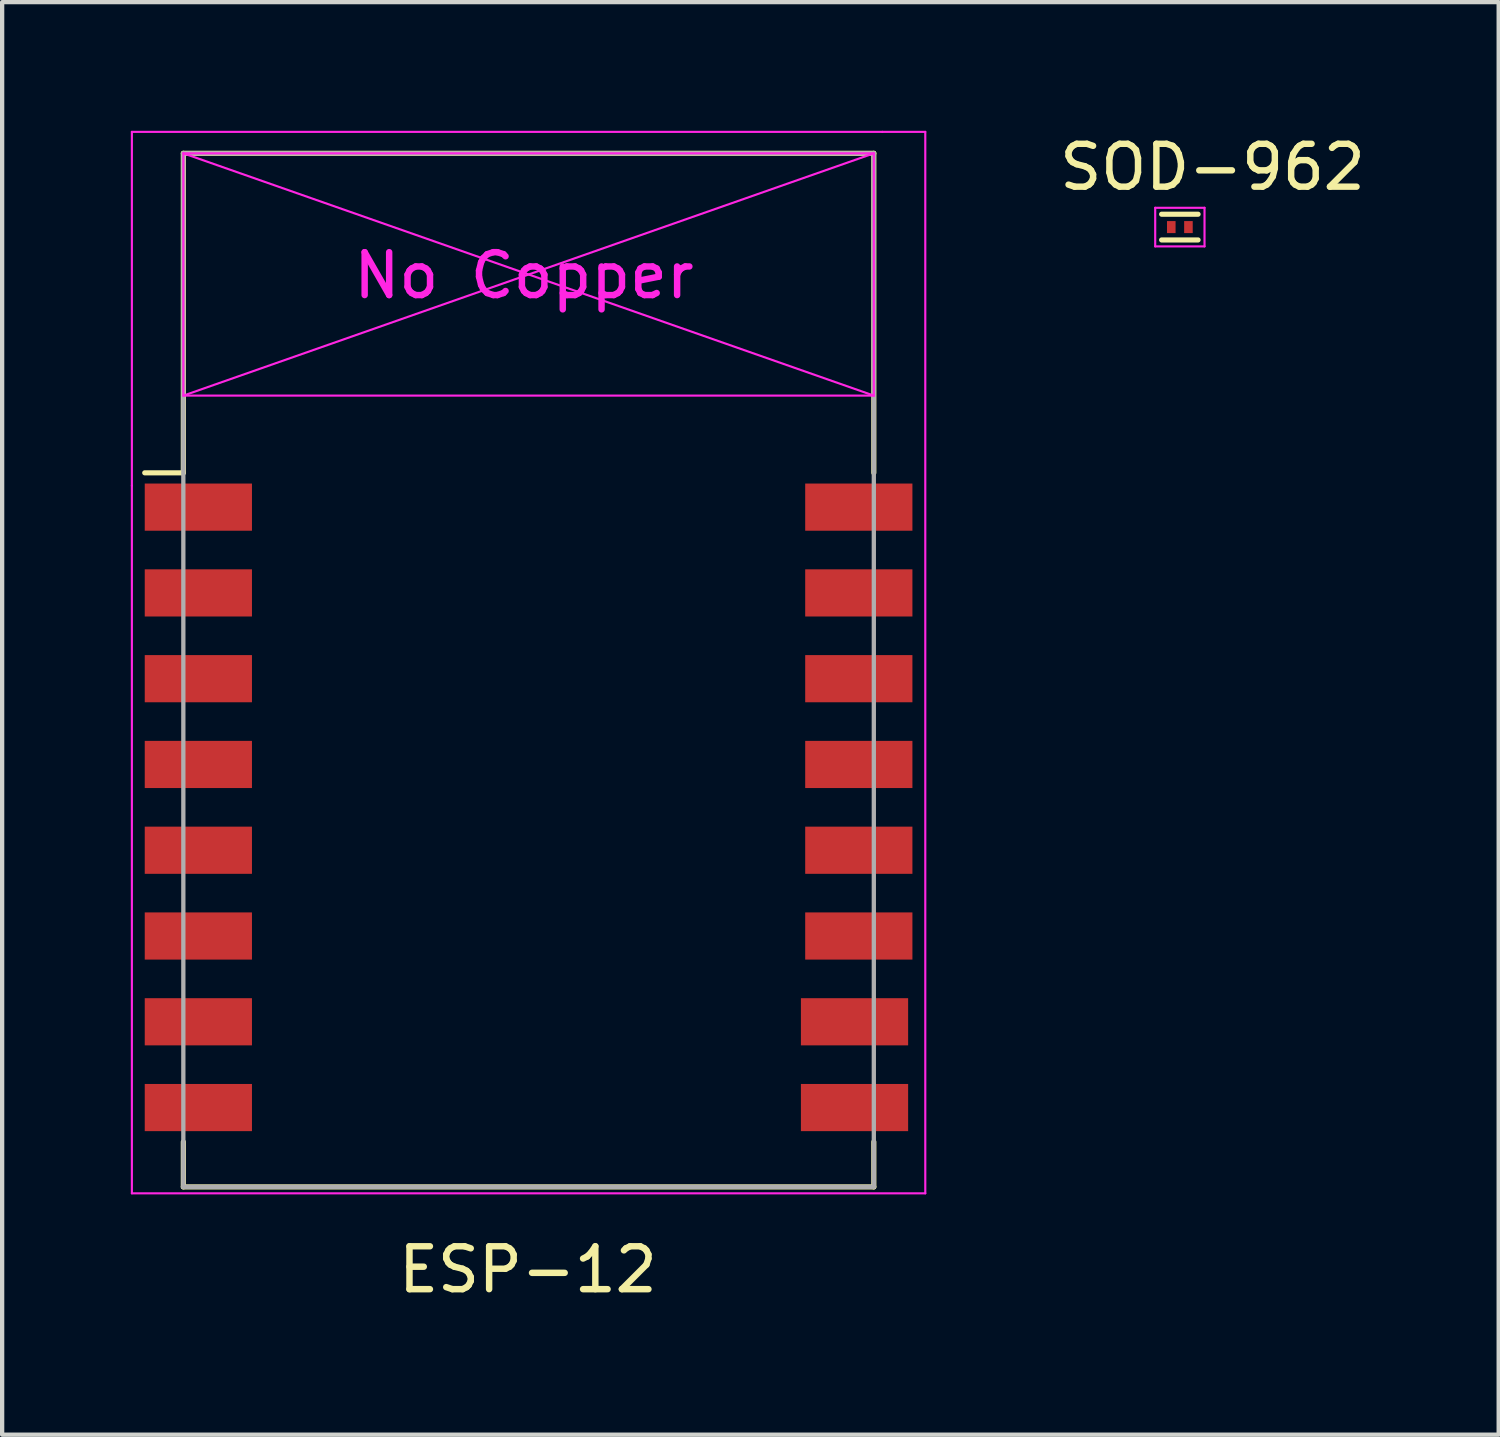
<source format=kicad_pcb>
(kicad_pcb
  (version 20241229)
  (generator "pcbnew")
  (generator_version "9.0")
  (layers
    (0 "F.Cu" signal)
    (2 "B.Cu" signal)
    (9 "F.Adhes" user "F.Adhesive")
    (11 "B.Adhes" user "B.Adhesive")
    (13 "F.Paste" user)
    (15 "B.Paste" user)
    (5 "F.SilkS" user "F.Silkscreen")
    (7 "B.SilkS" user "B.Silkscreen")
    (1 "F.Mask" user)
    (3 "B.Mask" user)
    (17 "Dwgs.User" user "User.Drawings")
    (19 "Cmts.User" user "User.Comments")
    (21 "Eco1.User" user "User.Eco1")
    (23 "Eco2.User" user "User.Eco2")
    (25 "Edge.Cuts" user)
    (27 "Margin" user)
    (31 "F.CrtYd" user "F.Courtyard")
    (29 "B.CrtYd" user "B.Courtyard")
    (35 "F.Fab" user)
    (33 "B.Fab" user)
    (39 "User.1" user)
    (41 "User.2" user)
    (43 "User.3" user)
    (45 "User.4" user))
  (footprint "SOD-962"
    (layer "F.Cu")
    (at 24.461 2.245)
    (property "Reference" "SOD-962" (at 0.762 -1.397 0) (layer "F.SilkS") (effects (font (size 1 1) (thickness 0.15))))
    (attr smd)
    (fp_line (start -0.425 -0.3) (end 0.425 -0.3) (stroke (width 0.12) (type solid)) (layer "F.SilkS"))
    (fp_line (start -0.425 0.3) (end 0.425 0.3) (stroke (width 0.12) (type solid)) (layer "F.SilkS"))
    (fp_line (start -0.575 -0.45) (end 0.575 -0.45) (stroke (width 0.05) (type solid)) (layer "F.CrtYd"))
    (fp_line (start -0.575 0.45) (end -0.575 -0.45) (stroke (width 0.05) (type solid)) (layer "F.CrtYd"))
    (fp_line (start 0.575 -0.45) (end 0.575 0.45) (stroke (width 0.05) (type solid)) (layer "F.CrtYd"))
    (fp_line (start 0.575 0.45) (end -0.575 0.45) (stroke (width 0.05) (type solid)) (layer "F.CrtYd"))
    (pad "1" smd rect (at 0.2 0) (size 0.2 0.28) (layers "F.Cu" "F.Mask" "F.Paste"))
    (pad "2" smd rect (at -0.2 0) (size 0.2 0.28) (layers "F.Cu" "F.Mask")))
  (footprint "ESP-12"
    (layer "F.Cu")
    (at 9.275 12.575)
    (property "Reference" "ESP-12" (at -0.015 13.98 0) (layer "F.SilkS") (effects (font (size 1 1) (thickness 0.15))))
    (attr through_hole)
    (fp_line (start -8.05 -12.05) (end -8.05 -4.6) (stroke (width 0.12) (type solid)) (layer "F.SilkS"))
    (fp_line (start -8.05 -4.6) (end -8.95 -4.6) (stroke (width 0.12) (type solid)) (layer "F.SilkS"))
    (fp_line (start -8.05 11) (end -8.05 12.05) (stroke (width 0.12) (type solid)) (layer "F.SilkS"))
    (fp_line (start -8.05 12.05) (end 8.05 12.05) (stroke (width 0.12) (type solid)) (layer "F.SilkS"))
    (fp_line (start 8.05 -12.05) (end -8.05 -12.05) (stroke (width 0.12) (type solid)) (layer "F.SilkS"))
    (fp_line (start 8.05 -4.6) (end 8.05 -12.05) (stroke (width 0.12) (type solid)) (layer "F.SilkS"))
    (fp_line (start 8.05 12.05) (end 8.05 11) (stroke (width 0.12) (type solid)) (layer "F.SilkS"))
    (fp_line (start -9.25 -12.55) (end 8.25 -12.55) (stroke (width 0.05) (type solid)) (layer "F.CrtYd"))
    (fp_line (start -9.25 -4.3) (end -9.25 -12.55) (stroke (width 0.05) (type solid)) (layer "F.CrtYd"))
    (fp_line (start -9.25 12.2) (end -9.25 -4.3) (stroke (width 0.05) (type solid)) (layer "F.CrtYd"))
    (fp_line (start -8.05 -12.05) (end -8.05 -6.4) (stroke (width 0.05) (type solid)) (layer "F.CrtYd"))
    (fp_line (start -8.05 -12.05) (end 8.05 -12.05) (stroke (width 0.05) (type solid)) (layer "F.CrtYd"))
    (fp_line (start -8.05 -12.05) (end 8.05 -6.4) (stroke (width 0.05) (type solid)) (layer "F.CrtYd"))
    (fp_line (start -8.05 -6.4) (end 8.05 -6.4) (stroke (width 0.05) (type solid)) (layer "F.CrtYd"))
    (fp_line (start 8.05 -12.05) (end -8.05 -6.4) (stroke (width 0.05) (type solid)) (layer "F.CrtYd"))
    (fp_line (start 8.05 -12.05) (end 8.05 -6.4) (stroke (width 0.05) (type solid)) (layer "F.CrtYd"))
    (fp_line (start 8.25 -12.55) (end 9.25 -12.55) (stroke (width 0.05) (type solid)) (layer "F.CrtYd"))
    (fp_line (start 9.25 -12.55) (end 9.25 12.2) (stroke (width 0.05) (type solid)) (layer "F.CrtYd"))
    (fp_line (start 9.25 12.2) (end -9.25 12.2) (stroke (width 0.05) (type solid)) (layer "F.CrtYd"))
    (fp_line (start -8.05 -12.05) (end 8.05 -12.05) (stroke (width 0.1) (type solid)) (layer "F.Fab"))
    (fp_line (start -8.05 12.05) (end -8.05 -12.05) (stroke (width 0.1) (type solid)) (layer "F.Fab"))
    (fp_line (start 8.05 -12.05) (end 8.05 12.05) (stroke (width 0.1) (type solid)) (layer "F.Fab"))
    (fp_line (start 8.05 12.05) (end -8.05 12.05) (stroke (width 0.1) (type solid)) (layer "F.Fab"))
    (fp_text user "No Copper" (at -0.108 -9.2 0) (layer "F.CrtYd") (effects (font (size 1 1) (thickness 0.15))))
    (pad "1" smd rect (at -7 -3.8) (size 2.5 1.1) (drill (offset -0.7 0)) (layers "F.Cu" "F.Mask" "F.Paste"))
    (pad "2" smd rect (at -7 -1.8) (size 2.5 1.1) (drill (offset -0.7 0)) (layers "F.Cu" "F.Mask" "F.Paste"))
    (pad "3" smd rect (at -7 0.2) (size 2.5 1.1) (drill (offset -0.7 0)) (layers "F.Cu" "F.Mask" "F.Paste"))
    (pad "4" smd rect (at -7 2.2) (size 2.5 1.1) (drill (offset -0.7 0)) (layers "F.Cu" "F.Mask" "F.Paste"))
    (pad "5" smd rect (at -7 4.2) (size 2.5 1.1) (drill (offset -0.7 0)) (layers "F.Cu" "F.Mask" "F.Paste"))
    (pad "6" smd rect (at -7 6.2) (size 2.5 1.1) (drill (offset -0.7 0)) (layers "F.Cu" "F.Mask" "F.Paste"))
    (pad "7" smd rect (at -7 8.2) (size 2.5 1.1) (drill (offset -0.7 0)) (layers "F.Cu" "F.Mask" "F.Paste"))
    (pad "8" smd rect (at -7 10.2) (size 2.5 1.1) (drill (offset -0.7 0)) (layers "F.Cu" "F.Mask" "F.Paste"))
    (pad "9" smd rect (at 7 10.2) (size 2.5 1.1) (drill (offset 0.6 0)) (layers "F.Cu" "F.Mask" "F.Paste"))
    (pad "10" smd rect (at 7 8.2) (size 2.5 1.1) (drill (offset 0.6 0)) (layers "F.Cu" "F.Mask" "F.Paste"))
    (pad "11" smd rect (at 7 6.2) (size 2.5 1.1) (drill (offset 0.7 0)) (layers "F.Cu" "F.Mask" "F.Paste"))
    (pad "12" smd rect (at 7 4.2) (size 2.5 1.1) (drill (offset 0.7 0)) (layers "F.Cu" "F.Mask" "F.Paste"))
    (pad "13" smd rect (at 7 2.2) (size 2.5 1.1) (drill (offset 0.7 0)) (layers "F.Cu" "F.Mask" "F.Paste"))
    (pad "14" smd rect (at 7 0.2) (size 2.5 1.1) (drill (offset 0.7 0)) (layers "F.Cu" "F.Mask" "F.Paste"))
    (pad "15" smd rect (at 7 -1.8) (size 2.5 1.1) (drill (offset 0.7 0)) (layers "F.Cu" "F.Mask" "F.Paste"))
    (pad "16" smd rect (at 7 -3.8) (size 2.5 1.1) (drill (offset 0.7 0)) (layers "F.Cu" "F.Mask" "F.Paste")))
  (gr_rect
    (start -3 -3)
    (end 31.895 30.403)
    (stroke (width 0.1) (type default))
    (fill no)
    (layer "Edge.Cuts")))
</source>
